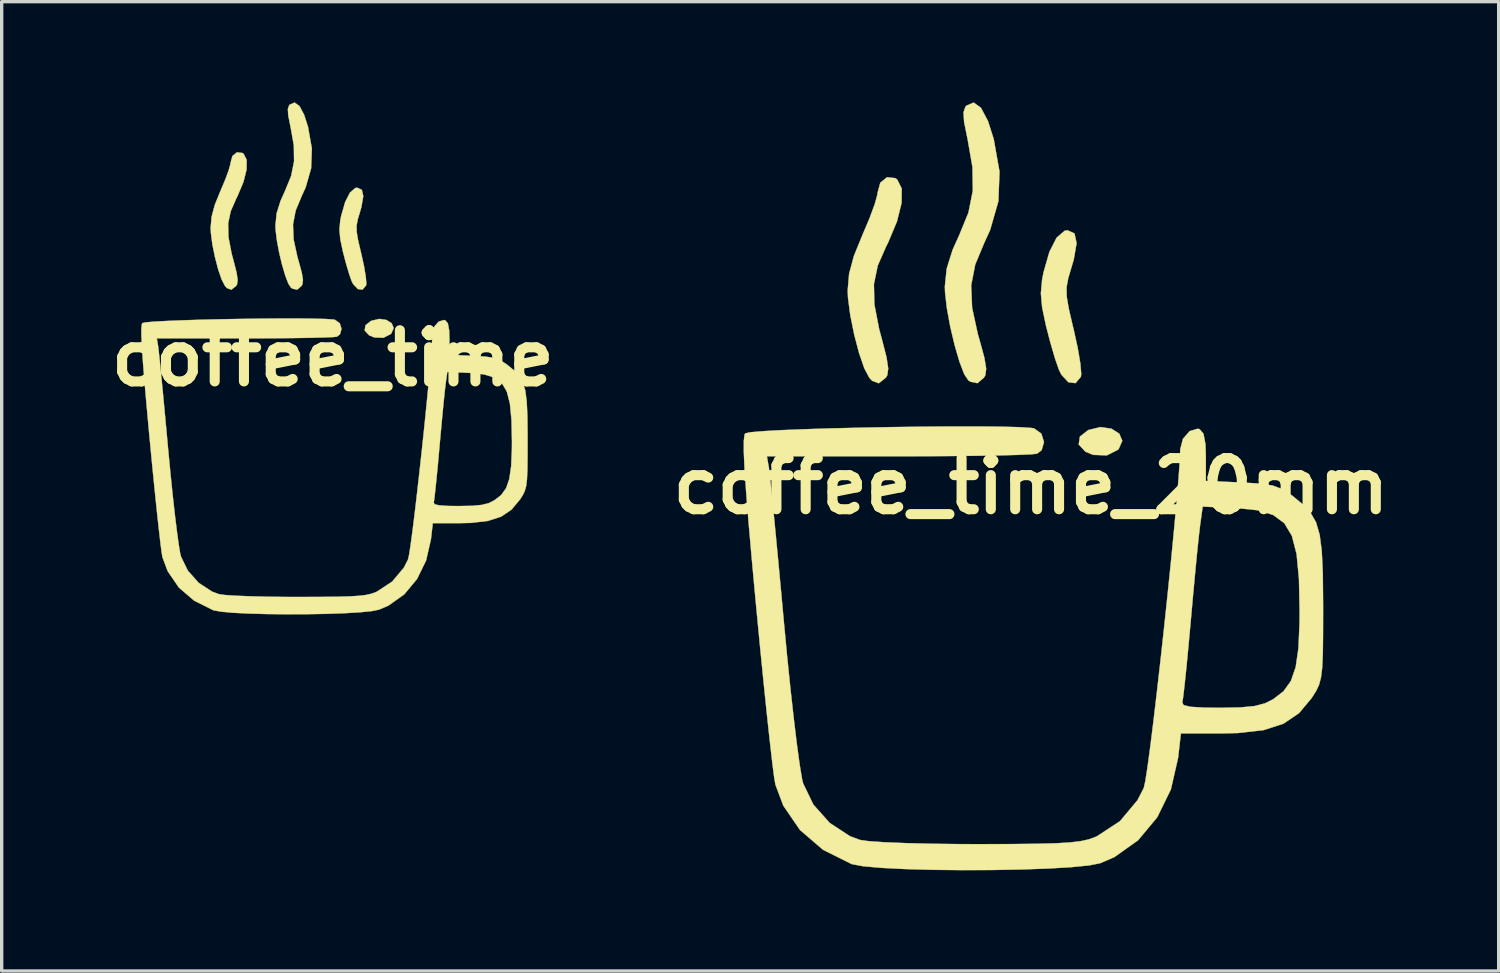
<source format=kicad_pcb>
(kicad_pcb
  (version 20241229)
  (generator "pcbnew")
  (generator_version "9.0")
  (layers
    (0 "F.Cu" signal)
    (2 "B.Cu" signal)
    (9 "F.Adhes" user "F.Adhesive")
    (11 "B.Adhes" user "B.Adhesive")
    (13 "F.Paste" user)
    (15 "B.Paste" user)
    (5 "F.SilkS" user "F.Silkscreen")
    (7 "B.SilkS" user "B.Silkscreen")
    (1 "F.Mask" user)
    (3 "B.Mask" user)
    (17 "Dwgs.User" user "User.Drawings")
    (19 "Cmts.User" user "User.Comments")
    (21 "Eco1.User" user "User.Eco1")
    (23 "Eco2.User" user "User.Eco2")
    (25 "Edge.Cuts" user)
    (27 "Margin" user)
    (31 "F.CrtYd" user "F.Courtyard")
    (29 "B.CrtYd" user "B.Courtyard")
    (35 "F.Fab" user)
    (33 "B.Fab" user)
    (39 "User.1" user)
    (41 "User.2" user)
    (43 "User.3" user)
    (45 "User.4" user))
  (footprint "coffee_time"
    (layer "F.Cu")
    (at 6.865 7.621)
    (property "Reference" "coffee_time" (at 0 0 0) (layer "F.SilkS") (effects (font (size 1.524 1.524) (thickness 0.3))))
    (attr through_hole)
    (fp_poly (pts (xy 1.596 -1.14) (xy 1.752 -1.042) (xy 1.812 -0.9) (xy 1.741 -0.738) (xy 1.726 -0.722) (xy 1.505 -0.61) (xy 1.233 -0.621) (xy 1.079 -0.684) (xy 0.947 -0.827) (xy 0.971 -0.984) (xy 1.137 -1.113) (xy 1.38 -1.172) (xy 1.596 -1.14)) (stroke (width 0.01) (type solid)) (fill yes) (layer "F.SilkS"))
    (fp_poly (pts (xy 0.863 -5.017) (xy 0.905 -4.825) (xy 0.848 -4.499) (xy 0.805 -4.35) (xy 0.738 -4.126) (xy 0.706 -3.946) (xy 0.709 -3.762) (xy 0.749 -3.524) (xy 0.829 -3.181) (xy 0.85 -3.095) (xy 0.928 -2.739) (xy 0.979 -2.434) (xy 0.997 -2.226) (xy 0.989 -2.17) (xy 0.883 -2.045) (xy 0.743 -2.062) (xy 0.604 -2.21) (xy 0.555 -2.307) (xy 0.478 -2.531) (xy 0.384 -2.85) (xy 0.297 -3.186) (xy 0.22 -3.55) (xy 0.195 -3.828) (xy 0.219 -4.094) (xy 0.248 -4.244) (xy 0.365 -4.652) (xy 0.508 -4.934) (xy 0.667 -5.07) (xy 0.724 -5.08) (xy 0.863 -5.017)) (stroke (width 0.01) (type solid)) (fill yes) (layer "F.SilkS"))
    (fp_poly (pts (xy -2.696 -6.115) (xy -2.658 -6.088) (xy -2.568 -5.91) (xy -2.571 -5.622) (xy -2.662 -5.255) (xy -2.837 -4.839) (xy -2.877 -4.759) (xy -3.043 -4.38) (xy -3.12 -4.012) (xy -3.11 -3.607) (xy -3.016 -3.119) (xy -2.957 -2.9) (xy -2.869 -2.556) (xy -2.836 -2.336) (xy -2.854 -2.202) (xy -2.883 -2.154) (xy -3.023 -2.042) (xy -3.154 -2.09) (xy -3.211 -2.151) (xy -3.31 -2.338) (xy -3.415 -2.641) (xy -3.512 -3.011) (xy -3.59 -3.394) (xy -3.634 -3.741) (xy -3.641 -3.884) (xy -3.612 -4.216) (xy -3.517 -4.571) (xy -3.344 -4.995) (xy -3.207 -5.318) (xy -3.104 -5.598) (xy -3.051 -5.788) (xy -3.048 -5.821) (xy -2.993 -6.024) (xy -2.86 -6.133) (xy -2.696 -6.115)) (stroke (width 0.01) (type solid)) (fill yes) (layer "F.SilkS"))
    (fp_poly (pts (xy -0.995 -7.512) (xy -0.855 -7.25) (xy -0.741 -6.893) (xy -0.626 -6.245) (xy -0.648 -5.657) (xy -0.812 -5.086) (xy -0.927 -4.835) (xy -1.108 -4.401) (xy -1.188 -3.986) (xy -1.17 -3.541) (xy -1.056 -3.016) (xy -1.019 -2.888) (xy -0.926 -2.548) (xy -0.891 -2.33) (xy -0.909 -2.198) (xy -0.936 -2.153) (xy -1.064 -2.044) (xy -1.199 -2.072) (xy -1.244 -2.099) (xy -1.326 -2.221) (xy -1.42 -2.469) (xy -1.517 -2.798) (xy -1.604 -3.166) (xy -1.671 -3.53) (xy -1.708 -3.846) (xy -1.711 -3.962) (xy -1.674 -4.32) (xy -1.557 -4.692) (xy -1.428 -4.978) (xy -1.243 -5.432) (xy -1.156 -5.866) (xy -1.163 -6.336) (xy -1.261 -6.895) (xy -1.267 -6.921) (xy -1.329 -7.233) (xy -1.341 -7.423) (xy -1.303 -7.534) (xy -1.285 -7.555) (xy -1.139 -7.616) (xy -0.995 -7.512)) (stroke (width 0.01) (type solid)) (fill yes) (layer "F.SilkS"))
    (fp_poly (pts (xy -0.592 -1.18) (xy -0.236 -1.171) (xy -0.003 -1.156) (xy 0.061 -1.146) (xy 0.205 -1.043) (xy 0.257 -0.875) (xy 0.211 -0.713) (xy 0.12 -0.644) (xy 0.005 -0.631) (xy -0.258 -0.62) (xy -0.647 -0.61) (xy -1.14 -0.602) (xy -1.714 -0.596) (xy -2.349 -0.593) (xy -2.629 -0.593) (xy -5.245 -0.593) (xy -5.205 -0.36) (xy -5.188 -0.221) (xy -5.158 0.064) (xy -5.117 0.475) (xy -5.067 0.988) (xy -5.011 1.583) (xy -4.95 2.237) (xy -4.911 2.667) (xy -4.845 3.359) (xy -4.778 4.016) (xy -4.712 4.614) (xy -4.649 5.129) (xy -4.594 5.536) (xy -4.548 5.812) (xy -4.527 5.902) (xy -4.322 6.324) (xy -3.998 6.689) (xy -3.598 6.951) (xy -3.392 7.027) (xy -3.223 7.051) (xy -2.913 7.072) (xy -2.489 7.089) (xy -1.98 7.102) (xy -1.413 7.109) (xy -1.058 7.11) (xy -0.405 7.108) (xy 0.102 7.103) (xy 0.487 7.093) (xy 0.772 7.076) (xy 0.982 7.051) (xy 1.14 7.016) (xy 1.27 6.97) (xy 1.312 6.951) (xy 1.766 6.652) (xy 2.114 6.238) (xy 2.238 5.995) (xy 2.269 5.858) (xy 2.313 5.576) (xy 2.368 5.172) (xy 2.431 4.668) (xy 2.475 4.297) (xy 3.004 4.297) (xy 3.031 4.349) (xy 3.168 4.382) (xy 3.437 4.399) (xy 3.749 4.402) (xy 4.157 4.395) (xy 4.441 4.367) (xy 4.648 4.312) (xy 4.81 4.231) (xy 5.013 4.074) (xy 5.159 3.872) (xy 5.255 3.596) (xy 5.31 3.218) (xy 5.332 2.712) (xy 5.334 2.479) (xy 5.32 1.84) (xy 5.273 1.35) (xy 5.18 0.988) (xy 5.029 0.736) (xy 4.807 0.573) (xy 4.503 0.48) (xy 4.105 0.438) (xy 4.068 0.436) (xy 3.408 0.406) (xy 3.357 0.775) (xy 3.333 0.98) (xy 3.298 1.317) (xy 3.256 1.752) (xy 3.21 2.248) (xy 3.172 2.667) (xy 3.128 3.162) (xy 3.085 3.602) (xy 3.048 3.958) (xy 3.02 4.2) (xy 3.004 4.297) (xy 2.475 4.297) (xy 2.499 4.088) (xy 2.571 3.455) (xy 2.644 2.792) (xy 2.715 2.123) (xy 2.781 1.469) (xy 2.841 0.855) (xy 2.891 0.303) (xy 2.93 -0.163) (xy 2.955 -0.521) (xy 2.963 -0.735) (xy 3.018 -0.94) (xy 3.151 -1.092) (xy 3.311 -1.139) (xy 3.347 -1.13) (xy 3.425 -1.04) (xy 3.464 -0.828) (xy 3.471 -0.592) (xy 3.471 -0.102) (xy 4.177 -0.072) (xy 4.545 -0.05) (xy 4.797 -0.011) (xy 4.984 0.058) (xy 5.161 0.171) (xy 5.193 0.195) (xy 5.398 0.363) (xy 5.551 0.529) (xy 5.66 0.721) (xy 5.732 0.966) (xy 5.774 1.292) (xy 5.794 1.726) (xy 5.8 2.297) (xy 5.8 2.419) (xy 5.799 2.946) (xy 5.794 3.334) (xy 5.781 3.61) (xy 5.757 3.806) (xy 5.717 3.95) (xy 5.659 4.072) (xy 5.577 4.201) (xy 5.572 4.208) (xy 5.321 4.509) (xy 5.013 4.717) (xy 4.618 4.845) (xy 4.107 4.904) (xy 3.789 4.911) (xy 2.976 4.911) (xy 2.92 5.397) (xy 2.776 6.024) (xy 2.506 6.576) (xy 2.127 7.032) (xy 1.655 7.367) (xy 1.372 7.488) (xy 1.155 7.532) (xy 0.8 7.567) (xy 0.339 7.594) (xy -0.199 7.613) (xy -0.782 7.623) (xy -1.382 7.625) (xy -1.967 7.619) (xy -2.507 7.604) (xy -2.972 7.581) (xy -3.331 7.548) (xy -3.554 7.507) (xy -3.566 7.503) (xy -4.13 7.222) (xy -4.588 6.829) (xy -4.92 6.344) (xy -5.076 5.928) (xy -5.101 5.779) (xy -5.139 5.481) (xy -5.188 5.055) (xy -5.246 4.522) (xy -5.31 3.901) (xy -5.379 3.214) (xy -5.449 2.479) (xy -5.463 2.34) (xy -5.545 1.446) (xy -5.61 0.708) (xy -5.657 0.117) (xy -5.688 -0.341) (xy -5.704 -0.675) (xy -5.704 -0.897) (xy -5.689 -1.019) (xy -5.676 -1.047) (xy -5.573 -1.069) (xy -5.324 -1.091) (xy -4.956 -1.111) (xy -4.491 -1.13) (xy -3.954 -1.147) (xy -3.37 -1.161) (xy -2.763 -1.172) (xy -2.157 -1.18) (xy -1.577 -1.185) (xy -1.048 -1.185) (xy -0.592 -1.18)) (stroke (width 0.01) (type solid)) (fill yes) (layer "F.SilkS")))
  (footprint "coffee_time_20mm"
    (layer "F.Cu")
    (at 27.66 11.429)
    (property "Reference" "coffee_time_20mm" (at 0 0 0) (layer "F.SilkS") (effects (font (size 1.524 1.524) (thickness 0.3))))
    (attr through_hole)
    (fp_poly (pts (xy 2.395 -1.71) (xy 2.628 -1.563) (xy 2.718 -1.35) (xy 2.612 -1.107) (xy 2.589 -1.083) (xy 2.258 -0.915) (xy 1.849 -0.931) (xy 1.619 -1.026) (xy 1.42 -1.241) (xy 1.456 -1.476) (xy 1.705 -1.67) (xy 2.069 -1.758) (xy 2.395 -1.71)) (stroke (width 0.01) (type solid)) (fill yes) (layer "F.SilkS"))
    (fp_poly (pts (xy 1.295 -7.525) (xy 1.357 -7.237) (xy 1.273 -6.749) (xy 1.207 -6.526) (xy 1.107 -6.189) (xy 1.058 -5.92) (xy 1.063 -5.643) (xy 1.124 -5.286) (xy 1.243 -4.772) (xy 1.275 -4.642) (xy 1.392 -4.108) (xy 1.469 -3.652) (xy 1.495 -3.34) (xy 1.484 -3.255) (xy 1.325 -3.067) (xy 1.114 -3.093) (xy 0.906 -3.315) (xy 0.833 -3.461) (xy 0.716 -3.796) (xy 0.576 -4.274) (xy 0.445 -4.78) (xy 0.33 -5.326) (xy 0.293 -5.742) (xy 0.329 -6.141) (xy 0.372 -6.366) (xy 0.547 -6.978) (xy 0.762 -7.4) (xy 1 -7.605) (xy 1.086 -7.62) (xy 1.295 -7.525)) (stroke (width 0.01) (type solid)) (fill yes) (layer "F.SilkS"))
    (fp_poly (pts (xy -4.045 -9.173) (xy -3.987 -9.133) (xy -3.852 -8.864) (xy -3.856 -8.433) (xy -3.993 -7.883) (xy -4.255 -7.258) (xy -4.316 -7.139) (xy -4.565 -6.57) (xy -4.68 -6.017) (xy -4.666 -5.41) (xy -4.524 -4.678) (xy -4.436 -4.35) (xy -4.304 -3.835) (xy -4.254 -3.503) (xy -4.281 -3.302) (xy -4.325 -3.23) (xy -4.535 -3.063) (xy -4.731 -3.135) (xy -4.816 -3.226) (xy -4.965 -3.506) (xy -5.122 -3.962) (xy -5.268 -4.516) (xy -5.384 -5.091) (xy -5.452 -5.611) (xy -5.461 -5.826) (xy -5.419 -6.325) (xy -5.276 -6.856) (xy -5.016 -7.493) (xy -4.811 -7.977) (xy -4.656 -8.397) (xy -4.577 -8.682) (xy -4.572 -8.732) (xy -4.49 -9.036) (xy -4.29 -9.199) (xy -4.045 -9.173)) (stroke (width 0.01) (type solid)) (fill yes) (layer "F.SilkS"))
    (fp_poly (pts (xy -1.492 -11.269) (xy -1.283 -10.875) (xy -1.112 -10.34) (xy -0.939 -9.368) (xy -0.972 -8.486) (xy -1.218 -7.629) (xy -1.39 -7.253) (xy -1.662 -6.601) (xy -1.783 -5.979) (xy -1.755 -5.312) (xy -1.584 -4.524) (xy -1.528 -4.331) (xy -1.389 -3.822) (xy -1.336 -3.495) (xy -1.363 -3.296) (xy -1.404 -3.229) (xy -1.596 -3.066) (xy -1.799 -3.108) (xy -1.866 -3.148) (xy -1.989 -3.332) (xy -2.131 -3.703) (xy -2.275 -4.197) (xy -2.406 -4.749) (xy -2.506 -5.294) (xy -2.561 -5.769) (xy -2.567 -5.943) (xy -2.511 -6.48) (xy -2.336 -7.039) (xy -2.142 -7.467) (xy -1.864 -8.147) (xy -1.734 -8.799) (xy -1.745 -9.504) (xy -1.891 -10.343) (xy -1.9 -10.382) (xy -1.994 -10.849) (xy -2.011 -11.135) (xy -1.954 -11.301) (xy -1.927 -11.332) (xy -1.708 -11.424) (xy -1.492 -11.269)) (stroke (width 0.01) (type solid)) (fill yes) (layer "F.SilkS"))
    (fp_poly (pts (xy -0.889 -1.77) (xy -0.354 -1.756) (xy -0.005 -1.734) (xy 0.091 -1.719) (xy 0.307 -1.564) (xy 0.386 -1.312) (xy 0.316 -1.07) (xy 0.18 -0.966) (xy 0.007 -0.947) (xy -0.388 -0.93) (xy -0.971 -0.914) (xy -1.709 -0.902) (xy -2.571 -0.894) (xy -3.524 -0.889) (xy -3.944 -0.889) (xy -7.868 -0.889) (xy -7.807 -0.54) (xy -7.782 -0.332) (xy -7.737 0.096) (xy -7.675 0.712) (xy -7.601 1.482) (xy -7.516 2.375) (xy -7.425 3.356) (xy -7.366 4) (xy -7.268 5.039) (xy -7.167 6.024) (xy -7.067 6.921) (xy -6.974 7.693) (xy -6.89 8.304) (xy -6.821 8.718) (xy -6.79 8.852) (xy -6.484 9.486) (xy -5.996 10.033) (xy -5.397 10.426) (xy -5.088 10.541) (xy -4.835 10.576) (xy -4.369 10.608) (xy -3.734 10.634) (xy -2.97 10.653) (xy -2.119 10.663) (xy -1.587 10.665) (xy -0.608 10.662) (xy 0.153 10.654) (xy 0.73 10.639) (xy 1.158 10.614) (xy 1.474 10.576) (xy 1.711 10.525) (xy 1.904 10.456) (xy 1.968 10.427) (xy 2.65 9.979) (xy 3.171 9.356) (xy 3.358 8.992) (xy 3.404 8.787) (xy 3.47 8.364) (xy 3.552 7.758) (xy 3.646 7.002) (xy 3.712 6.445) (xy 4.505 6.445) (xy 4.546 6.524) (xy 4.752 6.574) (xy 5.155 6.598) (xy 5.624 6.604) (xy 6.235 6.592) (xy 6.661 6.551) (xy 6.972 6.469) (xy 7.215 6.347) (xy 7.52 6.111) (xy 7.739 5.808) (xy 7.883 5.394) (xy 7.965 4.828) (xy 7.998 4.067) (xy 8 3.719) (xy 7.98 2.76) (xy 7.91 2.025) (xy 7.77 1.482) (xy 7.543 1.103) (xy 7.211 0.859) (xy 6.755 0.72) (xy 6.157 0.657) (xy 6.103 0.655) (xy 5.113 0.61) (xy 5.036 1.162) (xy 5 1.469) (xy 4.947 1.976) (xy 4.884 2.628) (xy 4.815 3.372) (xy 4.759 4) (xy 4.691 4.743) (xy 4.628 5.403) (xy 4.572 5.937) (xy 4.529 6.3) (xy 4.505 6.445) (xy 3.712 6.445) (xy 3.749 6.132) (xy 3.857 5.183) (xy 3.966 4.189) (xy 4.072 3.184) (xy 4.172 2.204) (xy 4.261 1.282) (xy 4.337 0.455) (xy 4.395 -0.245) (xy 4.433 -0.781) (xy 4.445 -1.102) (xy 4.527 -1.411) (xy 4.726 -1.638) (xy 4.967 -1.709) (xy 5.02 -1.696) (xy 5.137 -1.56) (xy 5.196 -1.242) (xy 5.207 -0.888) (xy 5.207 -0.153) (xy 6.265 -0.108) (xy 6.817 -0.075) (xy 7.195 -0.017) (xy 7.476 0.087) (xy 7.741 0.256) (xy 7.789 0.292) (xy 8.097 0.545) (xy 8.327 0.794) (xy 8.49 1.081) (xy 8.597 1.449) (xy 8.66 1.937) (xy 8.691 2.589) (xy 8.699 3.446) (xy 8.7 3.629) (xy 8.698 4.42) (xy 8.691 5) (xy 8.672 5.416) (xy 8.635 5.709) (xy 8.576 5.925) (xy 8.488 6.108) (xy 8.366 6.301) (xy 8.359 6.312) (xy 7.982 6.763) (xy 7.52 7.076) (xy 6.927 7.268) (xy 6.16 7.355) (xy 5.684 7.366) (xy 4.463 7.366) (xy 4.38 8.096) (xy 4.165 9.036) (xy 3.759 9.864) (xy 3.19 10.548) (xy 2.483 11.05) (xy 2.058 11.233) (xy 1.732 11.297) (xy 1.201 11.35) (xy 0.509 11.391) (xy -0.298 11.419) (xy -1.173 11.435) (xy -2.073 11.438) (xy -2.95 11.429) (xy -3.76 11.406) (xy -4.457 11.371) (xy -4.996 11.323) (xy -5.33 11.261) (xy -5.349 11.255) (xy -6.195 10.833) (xy -6.882 10.243) (xy -7.38 9.516) (xy -7.614 8.892) (xy -7.652 8.668) (xy -7.709 8.222) (xy -7.782 7.583) (xy -7.869 6.783) (xy -7.965 5.852) (xy -8.068 4.821) (xy -8.174 3.719) (xy -8.194 3.51) (xy -8.318 2.168) (xy -8.415 1.062) (xy -8.486 0.175) (xy -8.533 -0.511) (xy -8.555 -1.012) (xy -8.555 -1.346) (xy -8.534 -1.528) (xy -8.514 -1.57) (xy -8.359 -1.604) (xy -7.987 -1.636) (xy -7.434 -1.667) (xy -6.736 -1.695) (xy -5.931 -1.72) (xy -5.055 -1.741) (xy -4.145 -1.758) (xy -3.236 -1.77) (xy -2.366 -1.777) (xy -1.572 -1.777) (xy -0.889 -1.77)) (stroke (width 0.01) (type solid)) (fill yes) (layer "F.SilkS")))
  (gr_rect
    (start -3 -3)
    (end 41.589 25.872)
    (stroke (width 0.1) (type default))
    (fill no)
    (layer "Edge.Cuts")))
</source>
